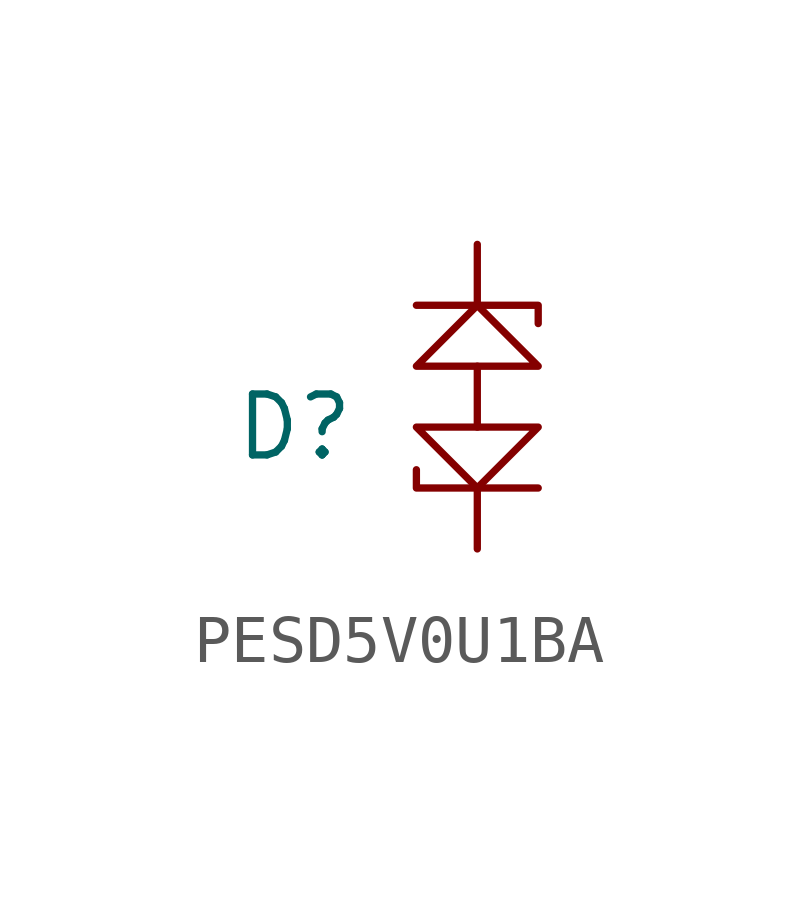
<source format=kicad_sym>
(kicad_symbol_lib
  (version 20211014)
  (generator kicad_symbol_editor)
  (symbol "PESD5V0U1BA"
    (pin_names
      (offset 1.016))
    (property "Reference" "D"
      (at -3.81 0 0)
      (effects (font (size 1.27 1.27))))
    (symbol "PESD5V0U1BA_1_1"
      (polyline (pts (xy 0 1.27) (xy 0 0)) (stroke (width 0) (type default) (color 0 0 0 0)) (fill (type none)))
      (polyline (pts (xy -1.27 2.54) (xy 1.27 2.54) (xy 1.27 2.159)) (stroke (width 0) (type default) (color 0 0 0 0)) (fill (type none)))
      (polyline (pts (xy 1.27 -1.27) (xy -1.27 -1.27) (xy -1.27 -0.889)) (stroke (width 0) (type default) (color 0 0 0 0)) (fill (type none)))
      (polyline (pts (xy -1.27 1.27) (xy 1.27 1.27) (xy 0 2.54) (xy -1.27 1.27)) (stroke (width 0) (type default) (color 0 0 0 0)) (fill (type none)))
      (polyline (pts (xy 1.27 0) (xy -1.27 0) (xy 0 -1.27) (xy 1.27 0)) (stroke (width 0) (type default) (color 0 0 0 0)) (fill (type none)))
      (pin passive line (at 0 3.81 270) (length 1.27) (name "~" (effects (font (size 1.27 1.27)))) (number "1" (effects (font (size 0 0)))))
      (pin passive line (at 0 -2.54 90) (length 1.27) (name "~" (effects (font (size 1.27 1.27)))) (number "2" (effects (font (size 0 0))))))))
</source>
